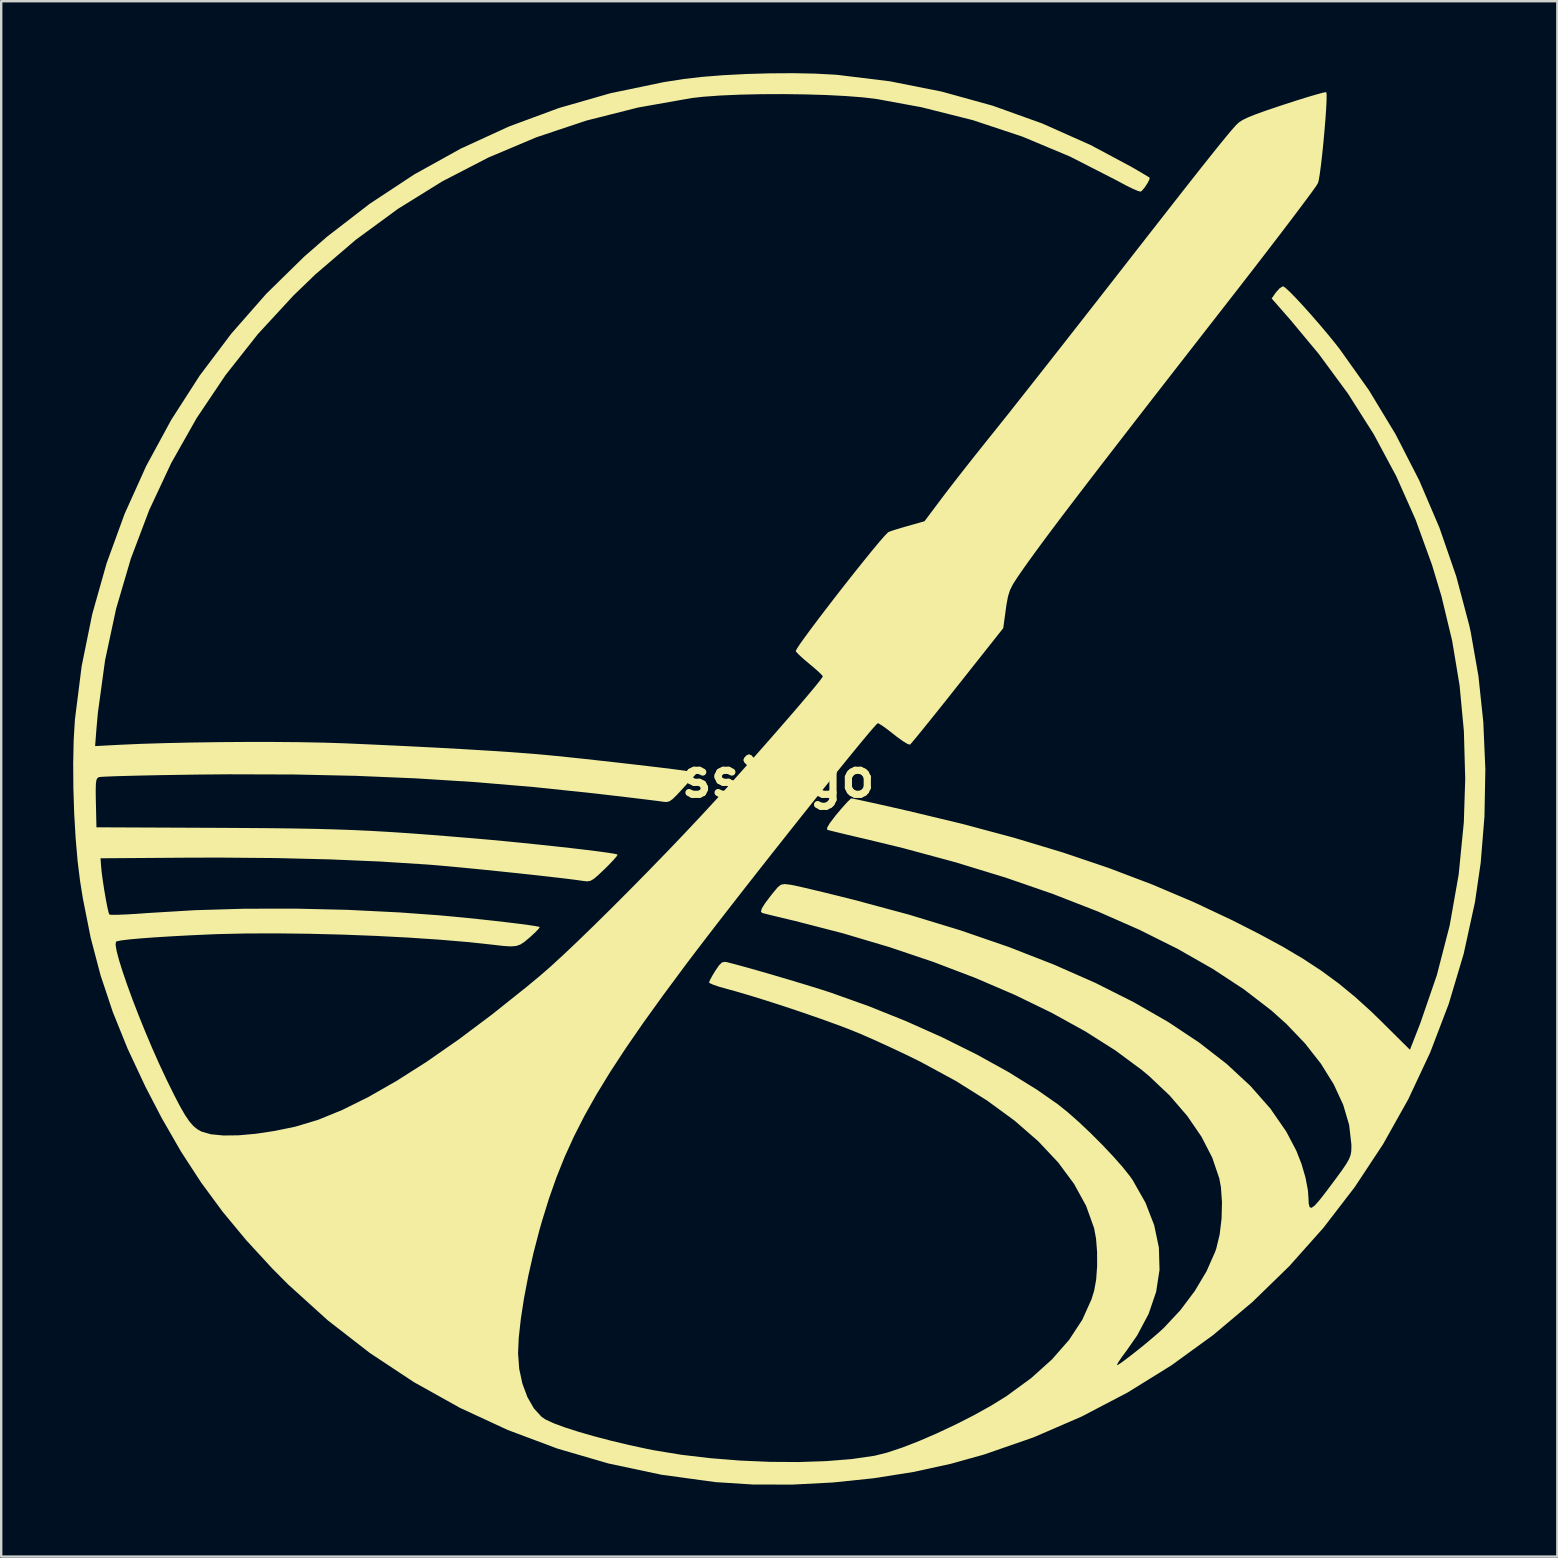
<source format=kicad_pcb>
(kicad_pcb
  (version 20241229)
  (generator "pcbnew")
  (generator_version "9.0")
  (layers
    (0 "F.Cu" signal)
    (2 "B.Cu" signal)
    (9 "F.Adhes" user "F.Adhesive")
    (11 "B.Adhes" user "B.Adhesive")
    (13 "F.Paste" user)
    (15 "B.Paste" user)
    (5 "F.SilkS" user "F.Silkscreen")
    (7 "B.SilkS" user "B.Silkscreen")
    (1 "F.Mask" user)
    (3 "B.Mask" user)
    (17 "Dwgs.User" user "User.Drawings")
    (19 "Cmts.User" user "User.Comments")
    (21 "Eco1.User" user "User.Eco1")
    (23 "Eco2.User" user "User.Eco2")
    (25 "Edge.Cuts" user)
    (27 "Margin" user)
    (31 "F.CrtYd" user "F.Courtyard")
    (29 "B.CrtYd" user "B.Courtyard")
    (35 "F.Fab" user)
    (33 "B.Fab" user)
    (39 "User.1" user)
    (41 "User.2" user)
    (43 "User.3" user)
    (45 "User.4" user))
  (footprint "ssilogo"
    (layer "F.Cu")
    (at 29.375 29.371)
    (property "Reference" "ssilogo" (at 0 0 0) (layer "F.SilkS") (effects (font (size 1.5 1.5) (thickness 0.3))))
    (attr board_only exclude_from_pos_files exclude_from_bom)
    (fp_poly (pts (xy 1.552 -29.353) (xy 2.36 -29.309) (xy 2.469 -29.301) (xy 4.659 -29.033) (xy 6.822 -28.603) (xy 8.945 -28.015) (xy 11.012 -27.273) (xy 13.013 -26.381) (xy 14.69 -25.486) (xy 15.008 -25.301) (xy 15.267 -25.148) (xy 15.435 -25.047) (xy 15.481 -25.017) (xy 15.466 -24.93) (xy 15.381 -24.77) (xy 15.264 -24.596) (xy 15.151 -24.466) (xy 15.107 -24.436) (xy 14.999 -24.461) (xy 14.777 -24.556) (xy 14.471 -24.707) (xy 14.115 -24.898) (xy 14.087 -24.914) (xy 12.165 -25.896) (xy 10.177 -26.729) (xy 8.114 -27.414) (xy 5.97 -27.953) (xy 4.119 -28.293) (xy 3.534 -28.364) (xy 2.814 -28.42) (xy 1.994 -28.462) (xy 1.108 -28.488) (xy 0.189 -28.5) (xy -0.728 -28.496) (xy -1.608 -28.476) (xy -2.418 -28.441) (xy -3.124 -28.389) (xy -3.598 -28.336) (xy -5.833 -27.941) (xy -7.991 -27.396) (xy -10.072 -26.701) (xy -12.075 -25.856) (xy -13.999 -24.861) (xy -15.842 -23.718) (xy -17.603 -22.427) (xy -19.282 -20.988) (xy -20.198 -20.105) (xy -21.68 -18.498) (xy -23.025 -16.794) (xy -24.23 -15) (xy -25.292 -13.122) (xy -26.207 -11.167) (xy -26.973 -9.142) (xy -27.587 -7.053) (xy -28.047 -4.906) (xy -28.348 -2.707) (xy -28.407 -2.041) (xy -28.462 -1.331) (xy -27.418 -1.386) (xy -26.529 -1.425) (xy -25.519 -1.456) (xy -24.424 -1.48) (xy -23.28 -1.496) (xy -22.124 -1.504) (xy -20.991 -1.503) (xy -19.918 -1.494) (xy -18.942 -1.475) (xy -18.099 -1.448) (xy -18.096 -1.448) (xy -16.735 -1.388) (xy -15.427 -1.326) (xy -14.188 -1.263) (xy -13.037 -1.199) (xy -11.989 -1.135) (xy -11.064 -1.074) (xy -10.277 -1.014) (xy -9.779 -0.971) (xy -9.294 -0.924) (xy -8.723 -0.866) (xy -8.09 -0.799) (xy -7.42 -0.725) (xy -6.737 -0.649) (xy -6.065 -0.572) (xy -5.429 -0.498) (xy -4.853 -0.429) (xy -4.36 -0.368) (xy -3.977 -0.318) (xy -3.726 -0.282) (xy -3.661 -0.27) (xy -3.381 -0.212) (xy -3.949 0.411) (xy -4.209 0.693) (xy -4.39 0.872) (xy -4.524 0.967) (xy -4.645 0.999) (xy -4.787 0.989) (xy -4.858 0.978) (xy -5.029 0.955) (xy -5.343 0.915) (xy -5.776 0.862) (xy -6.304 0.799) (xy -6.901 0.729) (xy -7.544 0.654) (xy -7.701 0.636) (xy -10.187 0.375) (xy -12.642 0.168) (xy -15.103 0.013) (xy -17.604 -0.092) (xy -20.182 -0.148) (xy -22.872 -0.156) (xy -24.131 -0.145) (xy -24.944 -0.133) (xy -25.709 -0.121) (xy -26.408 -0.107) (xy -27.023 -0.092) (xy -27.537 -0.078) (xy -27.934 -0.063) (xy -28.195 -0.05) (xy -28.303 -0.037) (xy -28.367 0.003) (xy -28.408 0.087) (xy -28.43 0.244) (xy -28.437 0.502) (xy -28.433 0.891) (xy -28.429 1.037) (xy -28.406 2.053) (xy -23.453 2.075) (xy -22.222 2.082) (xy -21.134 2.09) (xy -20.166 2.102) (xy -19.29 2.118) (xy -18.482 2.14) (xy -17.716 2.167) (xy -16.967 2.202) (xy -16.209 2.246) (xy -15.417 2.298) (xy -14.565 2.361) (xy -13.628 2.436) (xy -12.827 2.502) (xy -12.147 2.561) (xy -11.431 2.627) (xy -10.7 2.699) (xy -9.973 2.774) (xy -9.271 2.849) (xy -8.614 2.922) (xy -8.021 2.992) (xy -7.513 3.055) (xy -7.11 3.11) (xy -6.831 3.154) (xy -6.697 3.186) (xy -6.69 3.19) (xy -6.729 3.262) (xy -6.866 3.421) (xy -7.077 3.642) (xy -7.221 3.784) (xy -7.493 4.043) (xy -7.682 4.203) (xy -7.823 4.284) (xy -7.954 4.306) (xy -8.108 4.29) (xy -8.435 4.244) (xy -8.902 4.185) (xy -9.481 4.118) (xy -10.144 4.043) (xy -10.862 3.966) (xy -11.607 3.888) (xy -12.352 3.812) (xy -13.066 3.742) (xy -13.723 3.68) (xy -14.294 3.63) (xy -14.647 3.602) (xy -16.586 3.479) (xy -18.677 3.39) (xy -20.907 3.335) (xy -23.262 3.315) (xy -24.68 3.319) (xy -28.236 3.344) (xy -28.212 3.683) (xy -28.185 3.955) (xy -28.138 4.299) (xy -28.08 4.674) (xy -28.017 5.041) (xy -27.956 5.359) (xy -27.904 5.589) (xy -27.869 5.688) (xy -27.77 5.7) (xy -27.531 5.699) (xy -27.178 5.685) (xy -26.738 5.659) (xy -26.247 5.624) (xy -24.306 5.507) (xy -22.246 5.446) (xy -20.108 5.442) (xy -17.934 5.493) (xy -15.763 5.601) (xy -14.139 5.719) (xy -13.609 5.767) (xy -13.038 5.822) (xy -12.449 5.883) (xy -11.869 5.946) (xy -11.321 6.009) (xy -10.832 6.069) (xy -10.425 6.123) (xy -10.125 6.167) (xy -9.958 6.2) (xy -9.933 6.21) (xy -9.974 6.278) (xy -10.115 6.425) (xy -10.326 6.62) (xy -10.345 6.636) (xy -10.559 6.817) (xy -10.736 6.935) (xy -10.918 6.999) (xy -11.146 7.016) (xy -11.459 6.996) (xy -11.898 6.945) (xy -12.952 6.833) (xy -14.141 6.733) (xy -15.43 6.647) (xy -16.784 6.577) (xy -18.17 6.524) (xy -19.552 6.489) (xy -20.896 6.473) (xy -22.168 6.477) (xy -23.333 6.503) (xy -23.647 6.515) (xy -24.503 6.554) (xy -25.284 6.596) (xy -25.976 6.639) (xy -26.564 6.682) (xy -27.033 6.725) (xy -27.37 6.766) (xy -27.558 6.804) (xy -27.591 6.82) (xy -27.609 6.946) (xy -27.565 7.207) (xy -27.466 7.585) (xy -27.317 8.061) (xy -27.127 8.615) (xy -26.903 9.229) (xy -26.65 9.884) (xy -26.377 10.56) (xy -26.09 11.24) (xy -25.796 11.903) (xy -25.502 12.531) (xy -25.482 12.573) (xy -25.177 13.192) (xy -24.926 13.675) (xy -24.715 14.042) (xy -24.532 14.312) (xy -24.363 14.505) (xy -24.196 14.64) (xy -24.023 14.735) (xy -23.64 14.844) (xy -23.122 14.895) (xy -22.49 14.888) (xy -21.768 14.824) (xy -20.978 14.705) (xy -20.142 14.532) (xy -20.088 14.519) (xy -19.171 14.243) (xy -18.162 13.831) (xy -17.066 13.287) (xy -15.889 12.614) (xy -14.636 11.816) (xy -13.313 10.895) (xy -11.924 9.854) (xy -10.475 8.698) (xy -9.906 8.226) (xy -9.476 7.851) (xy -8.949 7.367) (xy -8.341 6.791) (xy -7.669 6.14) (xy -6.949 5.429) (xy -6.198 4.677) (xy -5.432 3.899) (xy -4.668 3.112) (xy -3.922 2.332) (xy -3.212 1.577) (xy -2.553 0.863) (xy -2.232 0.508) (xy -1.632 -0.162) (xy -1.046 -0.821) (xy -0.485 -1.456) (xy 0.041 -2.057) (xy 0.521 -2.609) (xy 0.944 -3.101) (xy 1.299 -3.521) (xy 1.577 -3.855) (xy 1.766 -4.093) (xy 1.857 -4.221) (xy 1.863 -4.237) (xy 1.801 -4.317) (xy 1.638 -4.471) (xy 1.404 -4.673) (xy 1.317 -4.744) (xy 1.06 -4.96) (xy 0.858 -5.146) (xy 0.744 -5.269) (xy 0.733 -5.288) (xy 0.774 -5.377) (xy 0.907 -5.58) (xy 1.119 -5.877) (xy 1.395 -6.252) (xy 1.721 -6.685) (xy 2.083 -7.159) (xy 2.466 -7.655) (xy 2.857 -8.155) (xy 3.242 -8.642) (xy 3.606 -9.096) (xy 3.934 -9.5) (xy 4.214 -9.835) (xy 4.43 -10.084) (xy 4.569 -10.227) (xy 4.602 -10.253) (xy 4.724 -10.298) (xy 4.965 -10.375) (xy 5.28 -10.468) (xy 5.399 -10.502) (xy 6.1 -10.701) (xy 6.833 -11.679) (xy 7.102 -12.032) (xy 7.451 -12.483) (xy 7.855 -12.998) (xy 8.286 -13.543) (xy 8.719 -14.086) (xy 8.932 -14.351) (xy 9.224 -14.716) (xy 9.608 -15.197) (xy 10.068 -15.78) (xy 10.594 -16.446) (xy 11.171 -17.179) (xy 11.787 -17.964) (xy 12.428 -18.782) (xy 13.082 -19.618) (xy 13.736 -20.455) (xy 13.928 -20.701) (xy 14.768 -21.779) (xy 15.512 -22.732) (xy 16.165 -23.567) (xy 16.733 -24.293) (xy 17.224 -24.918) (xy 17.644 -25.45) (xy 17.999 -25.897) (xy 18.296 -26.268) (xy 18.541 -26.57) (xy 18.74 -26.813) (xy 18.901 -27.003) (xy 19.03 -27.15) (xy 19.103 -27.23) (xy 19.214 -27.329) (xy 19.366 -27.426) (xy 19.583 -27.531) (xy 19.886 -27.653) (xy 20.299 -27.802) (xy 20.844 -27.986) (xy 21.071 -28.061) (xy 21.581 -28.227) (xy 22.035 -28.368) (xy 22.41 -28.479) (xy 22.681 -28.553) (xy 22.825 -28.582) (xy 22.841 -28.58) (xy 22.856 -28.476) (xy 22.853 -28.234) (xy 22.836 -27.884) (xy 22.806 -27.456) (xy 22.767 -26.979) (xy 22.722 -26.484) (xy 22.673 -26.001) (xy 22.622 -25.559) (xy 22.573 -25.188) (xy 22.529 -24.919) (xy 22.495 -24.791) (xy 22.424 -24.677) (xy 22.257 -24.441) (xy 22.002 -24.095) (xy 21.67 -23.651) (xy 21.268 -23.12) (xy 20.806 -22.513) (xy 20.291 -21.843) (xy 19.734 -21.12) (xy 19.142 -20.357) (xy 18.747 -19.85) (xy 17.629 -18.415) (xy 16.61 -17.106) (xy 15.685 -15.917) (xy 14.85 -14.84) (xy 14.098 -13.868) (xy 13.424 -12.995) (xy 12.824 -12.214) (xy 12.291 -11.517) (xy 11.821 -10.899) (xy 11.409 -10.352) (xy 11.048 -9.868) (xy 10.735 -9.442) (xy 10.463 -9.067) (xy 10.227 -8.735) (xy 10.022 -8.44) (xy 9.975 -8.37) (xy 9.786 -8.077) (xy 9.662 -7.832) (xy 9.58 -7.573) (xy 9.517 -7.237) (xy 9.487 -7.027) (xy 9.381 -6.246) (xy 7.478 -3.844) (xy 7.04 -3.291) (xy 6.632 -2.78) (xy 6.268 -2.327) (xy 5.96 -1.946) (xy 5.72 -1.653) (xy 5.56 -1.463) (xy 5.494 -1.391) (xy 5.396 -1.419) (xy 5.204 -1.534) (xy 4.951 -1.716) (xy 4.827 -1.813) (xy 4.557 -2.025) (xy 4.331 -2.187) (xy 4.185 -2.276) (xy 4.155 -2.286) (xy 4.084 -2.221) (xy 3.917 -2.034) (xy 3.666 -1.738) (xy 3.339 -1.343) (xy 2.946 -0.863) (xy 2.496 -0.308) (xy 2 0.309) (xy 1.465 0.977) (xy 0.902 1.683) (xy 0.321 2.416) (xy -0.27 3.163) (xy -0.861 3.914) (xy -1.442 4.655) (xy -2.003 5.375) (xy -2.537 6.063) (xy -3.032 6.705) (xy -3.48 7.291) (xy -3.825 7.747) (xy -4.767 9.017) (xy -5.604 10.178) (xy -6.343 11.248) (xy -6.994 12.242) (xy -7.566 13.177) (xy -8.068 14.069) (xy -8.508 14.934) (xy -8.897 15.789) (xy -9.241 16.649) (xy -9.552 17.532) (xy -9.837 18.452) (xy -9.941 18.814) (xy -10.192 19.78) (xy -10.411 20.746) (xy -10.59 21.681) (xy -10.724 22.553) (xy -10.809 23.329) (xy -10.837 23.969) (xy -10.79 24.618) (xy -10.656 25.237) (xy -10.448 25.796) (xy -10.18 26.265) (xy -9.863 26.613) (xy -9.694 26.73) (xy -9.374 26.879) (xy -8.914 27.05) (xy -8.341 27.235) (xy -7.683 27.425) (xy -6.967 27.613) (xy -6.22 27.792) (xy -5.469 27.954) (xy -5.165 28.014) (xy -4.031 28.2) (xy -2.829 28.342) (xy -1.591 28.441) (xy -0.351 28.495) (xy 0.861 28.503) (xy 2.01 28.464) (xy 3.064 28.379) (xy 3.99 28.245) (xy 4.043 28.235) (xy 4.558 28.105) (xy 5.183 27.896) (xy 5.886 27.622) (xy 6.635 27.298) (xy 7.4 26.938) (xy 8.148 26.557) (xy 8.849 26.168) (xy 9.47 25.786) (xy 9.525 25.75) (xy 10.547 25.003) (xy 11.415 24.222) (xy 12.125 23.412) (xy 12.674 22.575) (xy 13.06 21.717) (xy 13.17 21.357) (xy 13.253 20.896) (xy 13.293 20.338) (xy 13.291 19.747) (xy 13.247 19.19) (xy 13.166 18.754) (xy 12.833 17.827) (xy 12.333 16.915) (xy 11.669 16.018) (xy 10.841 15.138) (xy 9.854 14.277) (xy 8.707 13.439) (xy 7.405 12.623) (xy 5.949 11.833) (xy 5.772 11.744) (xy 5.201 11.466) (xy 4.589 11.179) (xy 3.987 10.905) (xy 3.441 10.666) (xy 3.048 10.504) (xy 2.468 10.283) (xy 1.786 10.037) (xy 1.043 9.779) (xy 0.276 9.522) (xy -0.475 9.279) (xy -1.172 9.063) (xy -1.774 8.886) (xy -2.095 8.799) (xy -2.432 8.705) (xy -2.696 8.616) (xy -2.852 8.546) (xy -2.879 8.518) (xy -2.836 8.409) (xy -2.726 8.208) (xy -2.616 8.03) (xy -2.457 7.798) (xy -2.337 7.684) (xy -2.218 7.659) (xy -2.129 7.674) (xy -1.796 7.76) (xy -1.337 7.885) (xy -0.788 8.04) (xy -0.185 8.215) (xy 0.435 8.398) (xy 1.038 8.579) (xy 1.587 8.748) (xy 2.047 8.894) (xy 2.196 8.943) (xy 3.776 9.507) (xy 5.33 10.131) (xy 6.832 10.803) (xy 8.259 11.511) (xy 9.585 12.244) (xy 10.787 12.989) (xy 11.658 13.597) (xy 12.066 13.924) (xy 12.531 14.334) (xy 13.021 14.798) (xy 13.51 15.287) (xy 13.967 15.771) (xy 14.363 16.22) (xy 14.67 16.606) (xy 14.771 16.75) (xy 15.305 17.692) (xy 15.67 18.631) (xy 15.866 19.565) (xy 15.893 20.493) (xy 15.751 21.413) (xy 15.44 22.325) (xy 14.96 23.228) (xy 14.523 23.855) (xy 14.325 24.122) (xy 14.184 24.33) (xy 14.119 24.45) (xy 14.122 24.469) (xy 14.218 24.417) (xy 14.414 24.279) (xy 14.682 24.075) (xy 14.994 23.83) (xy 15.321 23.565) (xy 15.634 23.302) (xy 15.906 23.066) (xy 16.071 22.914) (xy 16.758 22.179) (xy 17.359 21.38) (xy 17.852 20.554) (xy 18.213 19.737) (xy 18.259 19.6) (xy 18.398 19.024) (xy 18.478 18.363) (xy 18.496 17.683) (xy 18.451 17.048) (xy 18.382 16.679) (xy 18.089 15.816) (xy 17.639 14.943) (xy 17.045 14.077) (xy 16.318 13.233) (xy 15.469 12.429) (xy 15.159 12.169) (xy 14.057 11.353) (xy 12.799 10.556) (xy 11.397 9.782) (xy 9.866 9.038) (xy 8.216 8.329) (xy 6.462 7.661) (xy 4.615 7.039) (xy 2.689 6.467) (xy 0.696 5.953) (xy 0.593 5.929) (xy 0.168 5.827) (xy -0.203 5.738) (xy -0.486 5.668) (xy -0.647 5.627) (xy -0.665 5.622) (xy -0.716 5.564) (xy -0.679 5.435) (xy -0.546 5.221) (xy -0.308 4.905) (xy -0.188 4.755) (xy -0.012 4.546) (xy 0.121 4.443) (xy 0.271 4.418) (xy 0.499 4.444) (xy 0.499 4.444) (xy 0.684 4.479) (xy 1.006 4.551) (xy 1.442 4.653) (xy 1.964 4.778) (xy 2.546 4.922) (xy 3.164 5.076) (xy 3.175 5.079) (xy 5.45 5.692) (xy 7.595 6.346) (xy 9.606 7.039) (xy 11.481 7.77) (xy 13.216 8.535) (xy 14.808 9.335) (xy 16.253 10.165) (xy 17.549 11.026) (xy 18.693 11.915) (xy 19.68 12.83) (xy 20.508 13.77) (xy 21.174 14.732) (xy 21.591 15.525) (xy 21.807 16.075) (xy 21.974 16.644) (xy 22.075 17.172) (xy 22.098 17.484) (xy 22.11 17.738) (xy 22.148 17.882) (xy 22.227 17.91) (xy 22.358 17.816) (xy 22.556 17.594) (xy 22.832 17.24) (xy 22.918 17.125) (xy 23.256 16.673) (xy 23.505 16.332) (xy 23.678 16.075) (xy 23.79 15.877) (xy 23.854 15.713) (xy 23.882 15.557) (xy 23.888 15.383) (xy 23.887 15.262) (xy 23.794 14.455) (xy 23.547 13.617) (xy 23.152 12.763) (xy 22.62 11.906) (xy 21.957 11.06) (xy 21.172 10.239) (xy 20.553 9.685) (xy 19.411 8.806) (xy 18.109 7.951) (xy 16.656 7.123) (xy 15.058 6.325) (xy 13.325 5.562) (xy 11.464 4.836) (xy 9.484 4.151) (xy 7.393 3.511) (xy 5.199 2.918) (xy 3.803 2.579) (xy 3.293 2.46) (xy 2.836 2.352) (xy 2.46 2.261) (xy 2.19 2.195) (xy 2.054 2.159) (xy 2.047 2.157) (xy 2.039 2.075) (xy 2.155 1.877) (xy 2.393 1.564) (xy 2.461 1.482) (xy 2.692 1.211) (xy 2.886 0.997) (xy 3.018 0.87) (xy 3.055 0.847) (xy 3.153 0.865) (xy 3.393 0.916) (xy 3.755 0.995) (xy 4.216 1.097) (xy 4.754 1.218) (xy 5.347 1.353) (xy 5.381 1.36) (xy 7.683 1.913) (xy 9.835 2.49) (xy 11.856 3.099) (xy 13.766 3.745) (xy 15.582 4.434) (xy 17.324 5.173) (xy 18.923 5.926) (xy 20.03 6.488) (xy 21.002 7.014) (xy 21.863 7.523) (xy 22.639 8.032) (xy 23.355 8.557) (xy 24.037 9.117) (xy 24.711 9.727) (xy 25.123 10.128) (xy 26.328 11.323) (xy 26.757 10.223) (xy 27.449 8.214) (xy 27.983 6.147) (xy 28.358 4.024) (xy 28.573 1.848) (xy 28.631 0.042) (xy 28.576 -1.948) (xy 28.397 -3.854) (xy 28.088 -5.715) (xy 27.643 -7.568) (xy 27.252 -8.868) (xy 26.564 -10.765) (xy 25.758 -12.576) (xy 24.823 -14.32) (xy 23.748 -16.015) (xy 22.523 -17.679) (xy 21.327 -19.115) (xy 20.565 -19.984) (xy 20.744 -20.237) (xy 20.893 -20.404) (xy 21.026 -20.487) (xy 21.043 -20.489) (xy 21.14 -20.427) (xy 21.326 -20.255) (xy 21.581 -19.994) (xy 21.886 -19.665) (xy 22.223 -19.289) (xy 22.573 -18.886) (xy 22.916 -18.479) (xy 23.234 -18.087) (xy 23.392 -17.886) (xy 24.618 -16.161) (xy 25.728 -14.328) (xy 26.711 -12.409) (xy 27.558 -10.428) (xy 28.257 -8.405) (xy 28.799 -6.363) (xy 28.858 -6.096) (xy 29.181 -4.255) (xy 29.385 -2.332) (xy 29.47 -0.367) (xy 29.433 1.602) (xy 29.276 3.534) (xy 29.037 5.173) (xy 28.568 7.32) (xy 27.945 9.41) (xy 27.173 11.433) (xy 26.258 13.385) (xy 25.208 15.258) (xy 24.027 17.046) (xy 22.723 18.742) (xy 21.301 20.339) (xy 19.768 21.83) (xy 18.13 23.209) (xy 16.393 24.47) (xy 14.564 25.604) (xy 12.648 26.607) (xy 10.652 27.471) (xy 8.583 28.189) (xy 7.197 28.576) (xy 5.628 28.918) (xy 3.974 29.179) (xy 2.28 29.355) (xy 0.589 29.443) (xy -1.054 29.439) (xy -2.603 29.34) (xy -2.625 29.338) (xy -4.872 29.03) (xy -7.065 28.564) (xy -9.198 27.942) (xy -11.265 27.168) (xy -13.261 26.243) (xy -15.18 25.172) (xy -17.017 23.956) (xy -18.765 22.599) (xy -20.419 21.102) (xy -21.082 20.435) (xy -22.17 19.252) (xy -23.15 18.07) (xy -24.046 16.852) (xy -24.883 15.565) (xy -25.684 14.173) (xy -26.362 12.869) (xy -27.107 11.279) (xy -27.727 9.743) (xy -28.236 8.216) (xy -28.646 6.655) (xy -28.972 5.018) (xy -29.087 4.301) (xy -29.192 3.455) (xy -29.274 2.494) (xy -29.334 1.463) (xy -29.368 0.411) (xy -29.375 -0.617) (xy -29.355 -1.574) (xy -29.305 -2.414) (xy -29.301 -2.455) (xy -29.022 -4.662) (xy -28.582 -6.828) (xy -27.984 -8.945) (xy -27.233 -11.007) (xy -26.333 -13.003) (xy -25.289 -14.926) (xy -24.105 -16.768) (xy -22.785 -18.52) (xy -21.334 -20.174) (xy -19.755 -21.722) (xy -18.796 -22.558) (xy -17.021 -23.928) (xy -15.164 -25.152) (xy -13.229 -26.226) (xy -11.218 -27.149) (xy -9.137 -27.919) (xy -6.987 -28.536) (xy -4.774 -28.997) (xy -3.937 -29.128) (xy -3.175 -29.217) (xy -2.291 -29.287) (xy -1.33 -29.337) (xy -0.339 -29.365) (xy 0.637 -29.371)) (stroke (width 0) (type solid)) (fill yes) (layer "F.SilkS")))
  (gr_rect
    (start -3 -3)
    (end 61.845 61.814)
    (stroke (width 0.1) (type default))
    (fill no)
    (layer "Edge.Cuts")))
</source>
